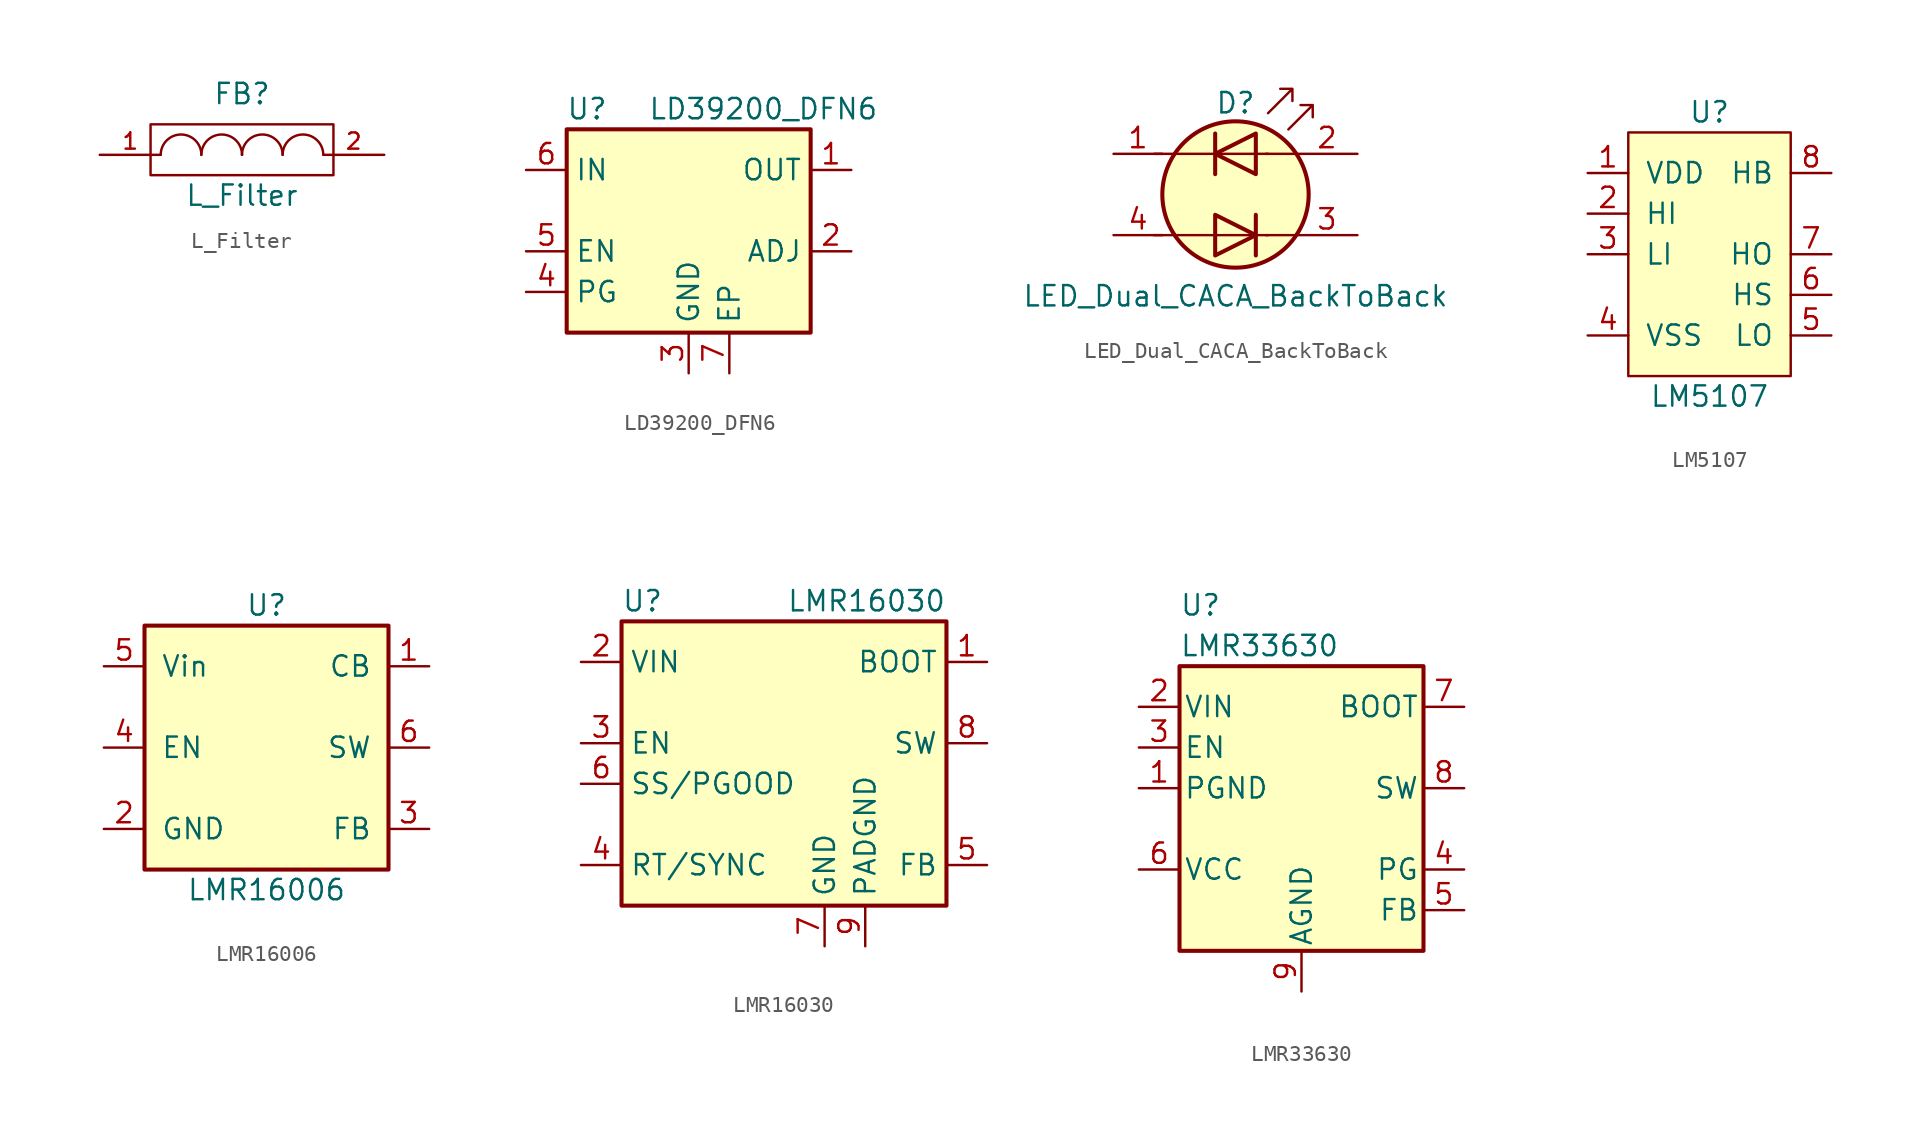
<source format=kicad_sym>
(kicad_symbol_lib
  (version 20220914)
  (generator kicad_symbol_editor)
  (symbol "L_Filter"
    (pin_names
      (offset 1.016) hide)
    (property "Reference" "FB"
      (at 0 3.81 0)
      (effects (font (size 1.27 1.27))))
    (property "Value" "L_Filter"
      (at 0 -2.54 0)
      (effects (font (size 1.27 1.27))))
    (property "Footprint" ""
      (at 0 0 0)
      (effects (font (size 1.27 1.27))))
    (property "Datasheet" ""
      (at 0 0 0)
      (effects (font (size 1.27 1.27))))
    (symbol "L_Filter_0_1"
      (rectangle (start -5.715 1.905) (end 5.715 -1.27) (stroke (width 0) (type default)) (fill (type none)))
      (arc (start -2.54 0) (mid -3.81 1.2645) (end -5.08 0) (stroke (width 0) (type default)) (fill (type none)))
      (arc (start 0 0) (mid -1.27 1.2645) (end -2.54 0) (stroke (width 0) (type default)) (fill (type none)))
      (arc (start 0 0) (mid 0 0) (end 0 0) (stroke (width 0) (type default)) (fill (type none)))
      (arc (start 2.54 0) (mid 1.27 1.2645) (end 0 0) (stroke (width 0) (type default)) (fill (type none)))
      (arc (start 5.08 0) (mid 3.81 1.2645) (end 2.54 0) (stroke (width 0) (type default)) (fill (type none))))
    (symbol "L_Filter_1_1"
      (pin passive line (at -8.89 0 0) (length 3.81) (name "1" (effects (font (size 1.016 1.016)))) (number "1" (effects (font (size 1.016 1.016)))))
      (pin passive line (at 8.89 0 180) (length 3.81) (name "2" (effects (font (size 1.016 1.016)))) (number "2" (effects (font (size 1.016 1.016)))))))
  (symbol "LD39200_DFN6"
    (property "Reference" "U"
      (at -6.35 8.89 0)
      (effects (font (size 1.27 1.27))))
    (property "Value" "LD39200_DFN6"
      (at -2.54 8.89 0)
      (effects (font (size 1.27 1.27)) (justify left)))
    (symbol "LD39200_DFN6_0_1"
      (rectangle (start -7.62 7.62) (end 7.62 -5.08) (stroke (width 0.254) (type default)) (fill (type background))))
    (symbol "LD39200_DFN6_1_1"
      (pin power_out line (at 10.16 5.08 180) (length 2.54) (name "OUT" (effects (font (size 1.27 1.27)))) (number "1" (effects (font (size 1.27 1.27)))))
      (pin passive line (at 10.16 0 180) (length 2.54) (name "ADJ" (effects (font (size 1.27 1.27)))) (number "2" (effects (font (size 1.27 1.27)))))
      (pin power_in line (at 0 -7.62 90) (length 2.54) (name "GND" (effects (font (size 1.27 1.27)))) (number "3" (effects (font (size 1.27 1.27)))))
      (pin output line (at -10.16 -2.54 0) (length 2.54) (name "PG" (effects (font (size 1.27 1.27)))) (number "4" (effects (font (size 1.27 1.27)))))
      (pin input line (at -10.16 0 0) (length 2.54) (name "EN" (effects (font (size 1.27 1.27)))) (number "5" (effects (font (size 1.27 1.27)))))
      (pin power_in line (at -10.16 5.08 0) (length 2.54) (name "IN" (effects (font (size 1.27 1.27)))) (number "6" (effects (font (size 1.27 1.27)))))
      (pin power_in line (at 2.54 -7.62 90) (length 2.54) (name "EP" (effects (font (size 1.27 1.27)))) (number "7" (effects (font (size 1.27 1.27)))))))
  (symbol "LED_Dual_CACA_BackToBack"
    (pin_names
      (offset 0) hide)
    (property "Reference" "D"
      (at 0 5.715 0)
      (effects (font (size 1.27 1.27))))
    (property "Value" "LED_Dual_CACA_BackToBack"
      (at 0 -6.35 0)
      (effects (font (size 1.27 1.27))))
    (symbol "LED_Dual_CACA_BackToBack_0_1"
      (polyline (pts (xy -5.08 -2.54) (xy 2.032 -2.54)) (stroke (width 0) (type default)) (fill (type none)))
      (polyline (pts (xy -5.08 2.54) (xy 2.032 2.54)) (stroke (width 0) (type default)) (fill (type none)))
      (polyline (pts (xy -1.27 3.81) (xy -1.27 1.27)) (stroke (width 0.254) (type default)) (fill (type none)))
      (polyline (pts (xy 1.27 -1.27) (xy 1.27 -3.81)) (stroke (width 0.254) (type default)) (fill (type none)))
      (polyline (pts (xy 3.81 -2.54) (xy 1.905 -2.54)) (stroke (width 0) (type default)) (fill (type none)))
      (polyline (pts (xy 3.81 2.54) (xy 1.905 2.54)) (stroke (width 0) (type default)) (fill (type none)))
      (polyline (pts (xy -1.27 -3.81) (xy -1.27 -1.27) (xy 1.27 -2.54) (xy -1.27 -3.81)) (stroke (width 0.254) (type default)) (fill (type none)))
      (polyline (pts (xy 1.27 3.81) (xy 1.27 1.27) (xy -1.27 2.54) (xy 1.27 3.81)) (stroke (width 0.254) (type default)) (fill (type none)))
      (polyline (pts (xy 2.032 5.08) (xy 3.556 6.604) (xy 2.794 6.604) (xy 3.556 6.604) (xy 3.556 5.842)) (stroke (width 0) (type default)) (fill (type none)))
      (polyline (pts (xy 3.302 4.064) (xy 4.826 5.588) (xy 4.064 5.588) (xy 4.826 5.588) (xy 4.826 4.826)) (stroke (width 0) (type default)) (fill (type none)))
      (circle (center 0 0) (radius 4.572) (stroke (width 0.254) (type default)) (fill (type background))))
    (symbol "LED_Dual_CACA_BackToBack_1_1"
      (pin input line (at -7.62 2.54 0) (length 3.048) (name "A1" (effects (font (size 1.27 1.27)))) (number "1" (effects (font (size 1.27 1.27)))))
      (pin input line (at 7.62 2.54 180) (length 3.81) (name "K1" (effects (font (size 1.27 1.27)))) (number "2" (effects (font (size 1.27 1.27)))))
      (pin input line (at 7.62 -2.54 180) (length 3.81) (name "A2" (effects (font (size 1.27 1.27)))) (number "3" (effects (font (size 1.27 1.27)))))
      (pin input line (at -7.62 -2.54 0) (length 3.048) (name "K2" (effects (font (size 1.27 1.27)))) (number "4" (effects (font (size 1.27 1.27)))))))
  (symbol "LM5107"
    (pin_names
      (offset 1.016))
    (property "Reference" "U"
      (at 0 8.89 0)
      (effects (font (size 1.27 1.27))))
    (property "Value" "LM5107"
      (at 0 -8.89 0)
      (effects (font (size 1.27 1.27))))
    (symbol "LM5107_1_0"
      (rectangle (start -5.08 7.62) (end 5.08 -7.62) (stroke (width 0) (type default)) (fill (type background))))
    (symbol "LM5107_1_1"
      (pin power_in line (at -7.62 5.08 0) (length 2.54) (name "VDD" (effects (font (size 1.27 1.27)))) (number "1" (effects (font (size 1.27 1.27)))))
      (pin input line (at -7.62 2.54 0) (length 2.54) (name "HI" (effects (font (size 1.27 1.27)))) (number "2" (effects (font (size 1.27 1.27)))))
      (pin input line (at -7.62 0 0) (length 2.54) (name "LI" (effects (font (size 1.27 1.27)))) (number "3" (effects (font (size 1.27 1.27)))))
      (pin power_in line (at -7.62 -5.08 0) (length 2.54) (name "VSS" (effects (font (size 1.27 1.27)))) (number "4" (effects (font (size 1.27 1.27)))))
      (pin output line (at 7.62 -5.08 180) (length 2.54) (name "LO" (effects (font (size 1.27 1.27)))) (number "5" (effects (font (size 1.27 1.27)))))
      (pin input line (at 7.62 -2.54 180) (length 2.54) (name "HS" (effects (font (size 1.27 1.27)))) (number "6" (effects (font (size 1.27 1.27)))))
      (pin output line (at 7.62 0 180) (length 2.54) (name "HO" (effects (font (size 1.27 1.27)))) (number "7" (effects (font (size 1.27 1.27)))))
      (pin input line (at 7.62 5.08 180) (length 2.54) (name "HB" (effects (font (size 1.27 1.27)))) (number "8" (effects (font (size 1.27 1.27)))))))
  (symbol "LMR16006"
    (pin_names
      (offset 1.016))
    (property "Reference" "U"
      (at 0 8.89 0)
      (effects (font (size 1.27 1.27))))
    (property "Value" "LMR16006"
      (at 0 -8.89 0)
      (effects (font (size 1.27 1.27))))
    (property "Datasheet" ""
      (at -10.16 10.16 0)
      (effects (font (size 1.27 1.27))))
    (symbol "LMR16006_0_1"
      (rectangle (start -7.62 7.62) (end 7.62 -7.62) (stroke (width 0.254) (type default)) (fill (type background))))
    (symbol "LMR16006_1_1"
      (pin output line (at 10.16 5.08 180) (length 2.54) (name "CB" (effects (font (size 1.27 1.27)))) (number "1" (effects (font (size 1.27 1.27)))))
      (pin power_in line (at -10.16 -5.08 0) (length 2.54) (name "GND" (effects (font (size 1.27 1.27)))) (number "2" (effects (font (size 1.27 1.27)))))
      (pin input line (at 10.16 -5.08 180) (length 2.54) (name "FB" (effects (font (size 1.27 1.27)))) (number "3" (effects (font (size 1.27 1.27)))))
      (pin input line (at -10.16 0 0) (length 2.54) (name "EN" (effects (font (size 1.27 1.27)))) (number "4" (effects (font (size 1.27 1.27)))))
      (pin power_in line (at -10.16 5.08 0) (length 2.54) (name "Vin" (effects (font (size 1.27 1.27)))) (number "5" (effects (font (size 1.27 1.27)))))
      (pin bidirectional line (at 10.16 0 180) (length 2.54) (name "SW" (effects (font (size 1.27 1.27)))) (number "6" (effects (font (size 1.27 1.27)))))))
  (symbol "LMR16030"
    (property "Reference" "U"
      (at -10.16 8.89 0)
      (effects (font (size 1.27 1.27)) (justify left)))
    (property "Value" "LMR16030"
      (at 10.16 8.89 0)
      (effects (font (size 1.27 1.27)) (justify right)))
    (symbol "LMR16030_0_1"
      (rectangle (start -10.16 7.62) (end 10.16 -10.16) (stroke (width 0.254) (type default)) (fill (type background))))
    (symbol "LMR16030_1_1"
      (pin input line (at 12.7 5.08 180) (length 2.54) (name "BOOT" (effects (font (size 1.27 1.27)))) (number "1" (effects (font (size 1.27 1.27)))))
      (pin power_in line (at -12.7 5.08 0) (length 2.54) (name "VIN" (effects (font (size 1.27 1.27)))) (number "2" (effects (font (size 1.27 1.27)))))
      (pin input line (at -12.7 0 0) (length 2.54) (name "EN" (effects (font (size 1.27 1.27)))) (number "3" (effects (font (size 1.27 1.27)))))
      (pin input line (at -12.7 -7.62 0) (length 2.54) (name "RT/SYNC" (effects (font (size 1.27 1.27)))) (number "4" (effects (font (size 1.27 1.27)))))
      (pin input line (at 12.7 -7.62 180) (length 2.54) (name "FB" (effects (font (size 1.27 1.27)))) (number "5" (effects (font (size 1.27 1.27)))))
      (pin output line (at -12.7 -2.54 0) (length 2.54) (name "SS/PGOOD" (effects (font (size 1.27 1.27)))) (number "6" (effects (font (size 1.27 1.27)))))
      (pin power_in line (at 2.54 -12.7 90) (length 2.54) (name "GND" (effects (font (size 1.27 1.27)))) (number "7" (effects (font (size 1.27 1.27)))))
      (pin power_out line (at 12.7 0 180) (length 2.54) (name "SW" (effects (font (size 1.27 1.27)))) (number "8" (effects (font (size 1.27 1.27)))))
      (pin power_in line (at 5.08 -12.7 90) (length 2.54) (name "PADGND" (effects (font (size 1.27 1.27)))) (number "9" (effects (font (size 1.27 1.27)))))))
  (symbol "LMR33630"
    (pin_names
      (offset 0.254))
    (property "Reference" "U"
      (at -7.62 11.43 0)
      (effects (font (size 1.27 1.27)) (justify left)))
    (property "Value" "LMR33630"
      (at -7.62 8.89 0)
      (effects (font (size 1.27 1.27)) (justify left)))
    (symbol "LMR33630_0_1"
      (rectangle (start -7.62 7.62) (end 7.62 -10.16) (stroke (width 0.254) (type default)) (fill (type background))))
    (symbol "LMR33630_1_1"
      (pin power_in line (at -10.16 0 0) (length 2.54) (name "PGND" (effects (font (size 1.27 1.27)))) (number "1" (effects (font (size 1.27 1.27)))))
      (pin power_in line (at -10.16 5.08 0) (length 2.54) (name "VIN" (effects (font (size 1.27 1.27)))) (number "2" (effects (font (size 1.27 1.27)))))
      (pin input line (at -10.16 2.54 0) (length 2.54) (name "EN" (effects (font (size 1.27 1.27)))) (number "3" (effects (font (size 1.27 1.27)))))
      (pin output line (at 10.16 -5.08 180) (length 2.54) (name "PG" (effects (font (size 1.27 1.27)))) (number "4" (effects (font (size 1.27 1.27)))))
      (pin input line (at 10.16 -7.62 180) (length 2.54) (name "FB" (effects (font (size 1.27 1.27)))) (number "5" (effects (font (size 1.27 1.27)))))
      (pin passive line (at -10.16 -5.08 0) (length 2.54) (name "VCC" (effects (font (size 1.27 1.27)))) (number "6" (effects (font (size 1.27 1.27)))))
      (pin input line (at 10.16 5.08 180) (length 2.54) (name "BOOT" (effects (font (size 1.27 1.27)))) (number "7" (effects (font (size 1.27 1.27)))))
      (pin output line (at 10.16 0 180) (length 2.54) (name "SW" (effects (font (size 1.27 1.27)))) (number "8" (effects (font (size 1.27 1.27)))))
      (pin power_in line (at 0 -12.7 90) (length 2.54) (name "AGND" (effects (font (size 1.27 1.27)))) (number "9" (effects (font (size 1.27 1.27))))))))
</source>
